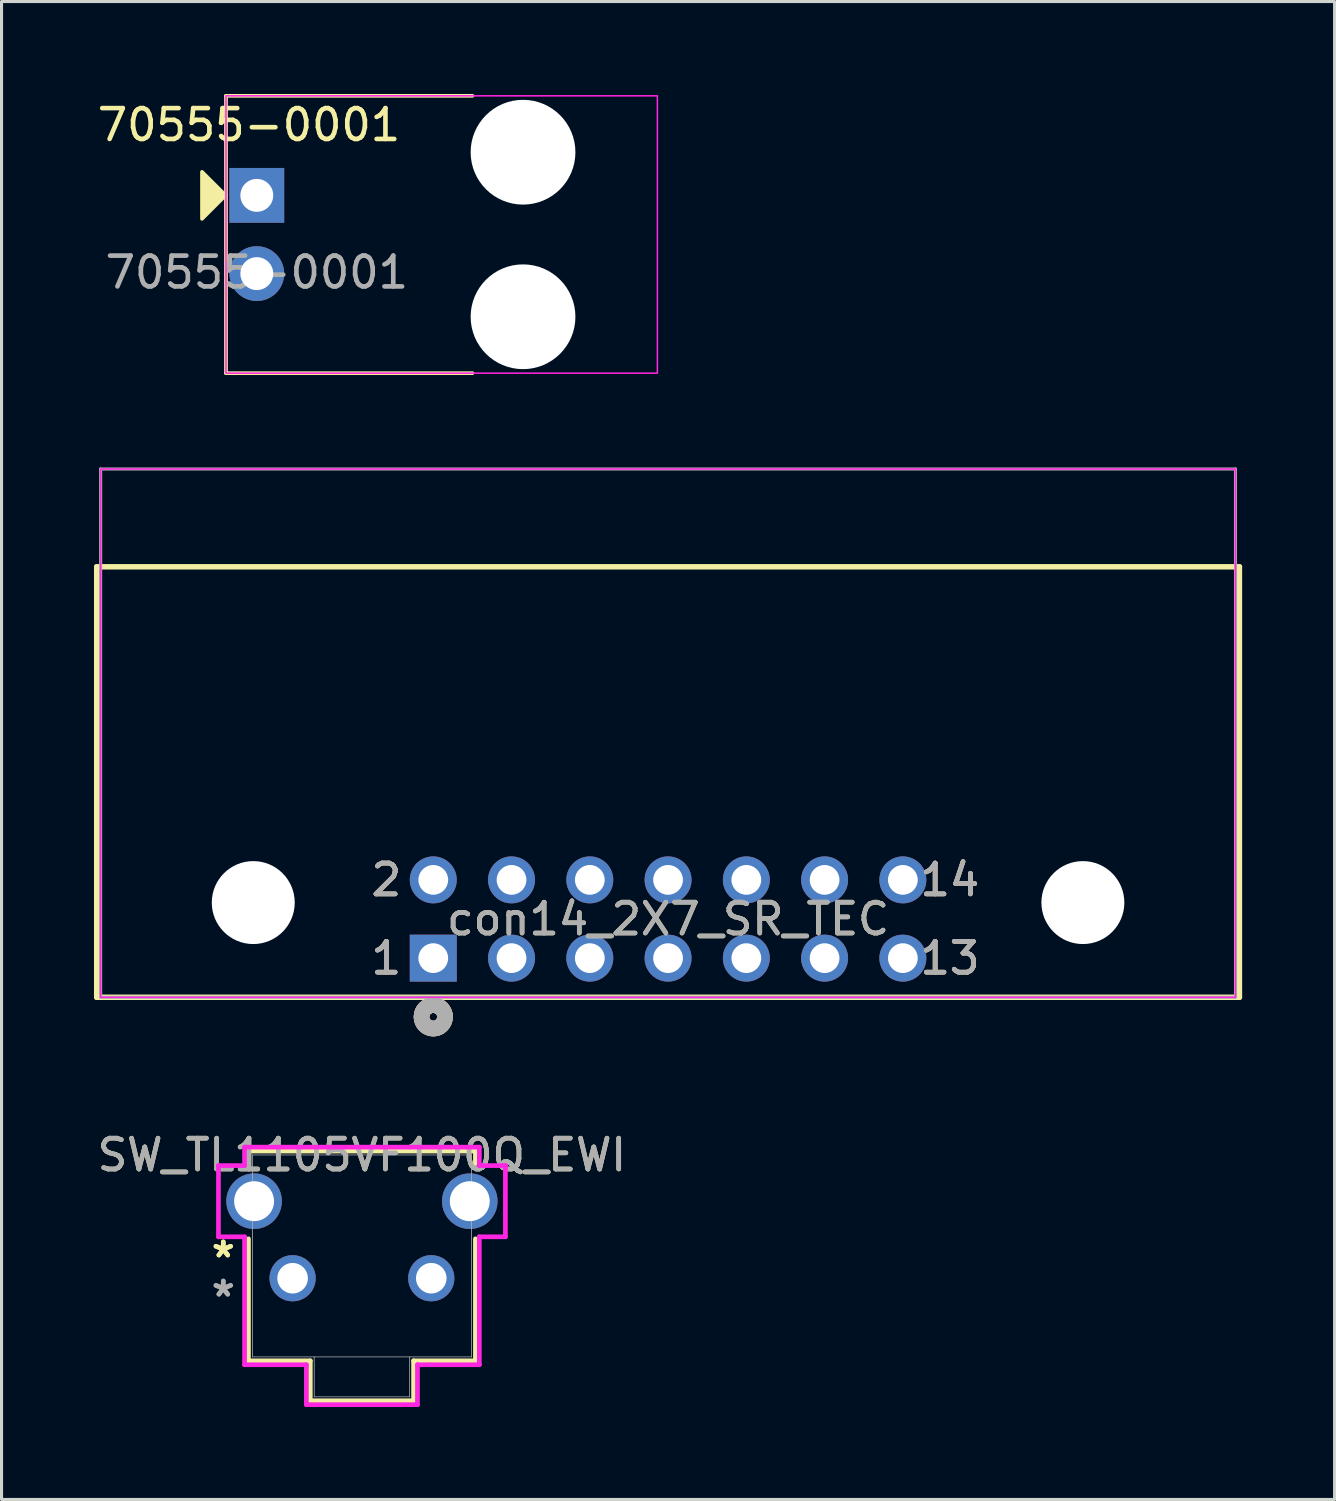
<source format=kicad_pcb>
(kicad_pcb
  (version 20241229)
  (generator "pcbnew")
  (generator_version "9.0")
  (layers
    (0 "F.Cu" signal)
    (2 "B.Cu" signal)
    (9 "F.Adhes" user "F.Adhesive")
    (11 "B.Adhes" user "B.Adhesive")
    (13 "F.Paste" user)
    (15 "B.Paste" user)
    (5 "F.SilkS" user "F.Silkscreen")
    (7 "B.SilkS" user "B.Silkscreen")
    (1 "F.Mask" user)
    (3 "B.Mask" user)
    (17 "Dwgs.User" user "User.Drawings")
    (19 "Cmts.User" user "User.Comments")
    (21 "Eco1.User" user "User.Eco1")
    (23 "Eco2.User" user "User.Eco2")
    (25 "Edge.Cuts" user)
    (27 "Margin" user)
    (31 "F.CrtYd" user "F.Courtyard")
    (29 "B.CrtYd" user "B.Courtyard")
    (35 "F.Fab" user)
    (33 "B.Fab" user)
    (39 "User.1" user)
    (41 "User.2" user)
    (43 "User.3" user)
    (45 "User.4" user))
  (footprint "SW_TL1105VF100Q_EWI"
    (layer "F.Cu")
    (at 6.446 38.433)
    (property "Reference" "SW_TL1105VF100Q_EWI" (at 2.25 -4 0) (unlocked yes) (layer "F.SilkS") (effects (font (size 1 1) (thickness 0.15))))
    (attr through_hole)
    (fp_line (start -1.433 -4.127) (end -1.433 -3.721) (stroke (width 0.152) (type solid)) (layer "F.SilkS"))
    (fp_line (start -1.433 -1.279) (end -1.433 2.68) (stroke (width 0.152) (type solid)) (layer "F.SilkS"))
    (fp_line (start -1.433 2.68) (end 0.574 2.68) (stroke (width 0.152) (type solid)) (layer "F.SilkS"))
    (fp_line (start 0.574 2.68) (end 0.574 3.976) (stroke (width 0.152) (type solid)) (layer "F.SilkS"))
    (fp_line (start 0.574 3.976) (end 3.926 3.976) (stroke (width 0.152) (type solid)) (layer "F.SilkS"))
    (fp_line (start 3.926 2.68) (end 5.933 2.68) (stroke (width 0.152) (type solid)) (layer "F.SilkS"))
    (fp_line (start 3.926 3.976) (end 3.926 2.68) (stroke (width 0.152) (type solid)) (layer "F.SilkS"))
    (fp_line (start 5.933 -4.127) (end -1.433 -4.127) (stroke (width 0.152) (type solid)) (layer "F.SilkS"))
    (fp_line (start 5.933 -3.721) (end 5.933 -4.127) (stroke (width 0.152) (type solid)) (layer "F.SilkS"))
    (fp_line (start 5.933 2.68) (end 5.933 -1.279) (stroke (width 0.152) (type solid)) (layer "F.SilkS"))
    (fp_line (start -2.406 -3.656) (end -2.406 -1.344) (stroke (width 0.152) (type solid)) (layer "F.CrtYd"))
    (fp_line (start -2.406 -1.344) (end -1.56 -1.344) (stroke (width 0.152) (type solid)) (layer "F.CrtYd"))
    (fp_line (start -1.56 -4.254) (end -1.56 -3.656) (stroke (width 0.152) (type solid)) (layer "F.CrtYd"))
    (fp_line (start -1.56 -3.656) (end -2.406 -3.656) (stroke (width 0.152) (type solid)) (layer "F.CrtYd"))
    (fp_line (start -1.56 -1.344) (end -1.56 2.807) (stroke (width 0.152) (type solid)) (layer "F.CrtYd"))
    (fp_line (start -1.56 2.807) (end 0.447 2.807) (stroke (width 0.152) (type solid)) (layer "F.CrtYd"))
    (fp_line (start 0.447 2.807) (end 0.447 4.103) (stroke (width 0.152) (type solid)) (layer "F.CrtYd"))
    (fp_line (start 0.447 4.103) (end 4.053 4.103) (stroke (width 0.152) (type solid)) (layer "F.CrtYd"))
    (fp_line (start 4.053 2.807) (end 6.06 2.807) (stroke (width 0.152) (type solid)) (layer "F.CrtYd"))
    (fp_line (start 4.053 4.103) (end 4.053 2.807) (stroke (width 0.152) (type solid)) (layer "F.CrtYd"))
    (fp_line (start 6.06 -4.254) (end -1.56 -4.254) (stroke (width 0.152) (type solid)) (layer "F.CrtYd"))
    (fp_line (start 6.06 -3.656) (end 6.06 -4.254) (stroke (width 0.152) (type solid)) (layer "F.CrtYd"))
    (fp_line (start 6.06 -1.344) (end 6.906 -1.344) (stroke (width 0.152) (type solid)) (layer "F.CrtYd"))
    (fp_line (start 6.06 2.807) (end 6.06 -1.344) (stroke (width 0.152) (type solid)) (layer "F.CrtYd"))
    (fp_line (start 6.906 -3.656) (end 6.06 -3.656) (stroke (width 0.152) (type solid)) (layer "F.CrtYd"))
    (fp_line (start 6.906 -1.344) (end 6.906 -3.656) (stroke (width 0.152) (type solid)) (layer "F.CrtYd"))
    (fp_line (start -1.306 -4) (end 5.806 -4) (stroke (width 0.025) (type solid)) (layer "F.Fab"))
    (fp_line (start -1.306 2.553) (end -1.306 -4) (stroke (width 0.025) (type solid)) (layer "F.Fab"))
    (fp_line (start 0.701 2.553) (end 0.701 3.849) (stroke (width 0.025) (type solid)) (layer "F.Fab"))
    (fp_line (start 0.701 3.849) (end 3.799 3.849) (stroke (width 0.025) (type solid)) (layer "F.Fab"))
    (fp_line (start 3.799 2.553) (end 3.799 3.849) (stroke (width 0.025) (type solid)) (layer "F.Fab"))
    (fp_line (start 5.806 -4) (end 5.806 2.553) (stroke (width 0.025) (type solid)) (layer "F.Fab"))
    (fp_line (start 5.806 2.553) (end -1.306 2.553) (stroke (width 0.025) (type solid)) (layer "F.Fab"))
    (fp_text user "*" (at -2.25 -0.635 0) (unlocked yes) (layer "F.SilkS") (effects (font (size 1 1) (thickness 0.15))))
    (fp_text user "*" (at -2.25 -0.635 0) (layer "F.SilkS") (effects (font (size 1 1) (thickness 0.15))))
    (fp_text user "${REFERENCE}" (at 2.25 -4 0) (unlocked yes) (layer "F.Fab") (effects (font (size 1 1) (thickness 0.15))))
    (fp_text user "*" (at -2.25 0.635 0) (layer "F.Fab") (effects (font (size 1 1) (thickness 0.15))))
    (fp_text user "*" (at -2.25 0.635 0) (unlocked yes) (layer "F.Fab") (effects (font (size 1 1) (thickness 0.15))))
    (pad "1" thru_hole circle (at 0 0) (size 1.499 1.499) (drill 0.991) (layers "*.Cu" "*.Mask"))
    (pad "2" thru_hole circle (at 4.5 0) (size 1.499 1.499) (drill 0.991) (layers "*.Cu" "*.Mask"))
    (pad "3" thru_hole circle (at -1.25 -2.5) (size 1.803 1.803) (drill 1.295) (layers "*.Cu" "*.Mask"))
    (pad "4" thru_hole circle (at 5.75 -2.5) (size 1.803 1.803) (drill 1.295) (layers "*.Cu" "*.Mask")))
  (footprint "70555-0001"
    (layer "F.Cu")
    (at 5.284 4.56)
    (property "Reference" "70555-0001" (at -0.254 -3.556 0) (unlocked yes) (layer "F.SilkS") (effects (font (size 1 1) (thickness 0.15))))
    (attr through_hole)
    (fp_line (start -1 -4.5) (end -1 4.5) (stroke (width 0.12) (type solid)) (layer "F.SilkS"))
    (fp_line (start -1 4.5) (end 7 4.5) (stroke (width 0.12) (type solid)) (layer "F.SilkS"))
    (fp_line (start 7 -4.5) (end -1 -4.5) (stroke (width 0.12) (type solid)) (layer "F.SilkS"))
    (fp_poly (pts (xy -1.016 -1.27) (xy -1.778 -0.508) (xy -1.778 -2.032)) (stroke (width 0.12) (type solid)) (fill yes) (layer "F.SilkS"))
    (fp_rect (start 13 -4.5) (end -1 4.5) (stroke (width 0.05) (type solid)) (fill no) (layer "F.CrtYd"))
    (fp_text user "${REFERENCE}" (at 0 1.23 0) (unlocked yes) (layer "F.Fab") (effects (font (size 1 1) (thickness 0.15))))
    (pad "" np_thru_hole circle (at 8.64 -2.67) (size 3.4 3.4) (drill 3.4) (layers "*.Cu" "*.Mask"))
    (pad "" np_thru_hole circle (at 8.64 2.67) (size 3.4 3.4) (drill 3.4) (layers "*.Cu" "*.Mask"))
    (pad "1" thru_hole rect (at 0 -1.27) (size 1.778 1.778) (drill 1.067) (layers "*.Cu" "*.Mask"))
    (pad "2" thru_hole circle (at 0 1.27) (size 1.778 1.778) (drill 1.067) (layers "*.Cu" "*.Mask")))
  (footprint "con14_2X7_SR_TEC"
    (layer "F.Cu")
    (at 11.011 28.045)
    (property "Reference" "con14_2X7_SR_TEC" (at 7.62 -1.27 0) (unlocked yes) (layer "F.SilkS") (effects (font (size 1 1) (thickness 0.15))))
    (attr through_hole)
    (fp_line (start -10.922 -12.7) (end 26.162 -12.7) (stroke (width 0.178) (type default)) (layer "F.SilkS"))
    (fp_line (start -10.922 1.27) (end -10.922 -12.7) (stroke (width 0.178) (type default)) (layer "F.SilkS"))
    (fp_line (start -10.922 1.27) (end 26.162 1.27) (stroke (width 0.178) (type default)) (layer "F.SilkS"))
    (fp_line (start 26.162 1.27) (end 26.162 -12.7) (stroke (width 0.178) (type default)) (layer "F.SilkS"))
    (fp_circle (center 0 1.905) (end 0.381 1.905) (stroke (width 0.508) (type solid)) (fill no) (layer "F.SilkS"))
    (fp_circle (center 0 1.905) (end 0.381 1.905) (stroke (width 0.508) (type solid)) (fill no) (layer "B.SilkS"))
    (fp_rect (start -10.795 -15.875) (end 26.035 1.27) (stroke (width 0.05) (type default)) (fill no) (layer "F.CrtYd"))
    (fp_line (start -10.795 1.27) (end 26.035 1.27) (stroke (width 0.1) (type default)) (layer "F.Fab"))
    (fp_line (start 26.035 -15.875) (end -10.795 -15.875) (stroke (width 0.1) (type default)) (layer "F.Fab"))
    (fp_rect (start -10.795 -15.875) (end -10.795 1.27) (stroke (width 0.1) (type default)) (fill no) (layer "F.Fab"))
    (fp_rect (start 26.035 1.27) (end 26.035 -15.875) (stroke (width 0.1) (type default)) (fill no) (layer "F.Fab"))
    (fp_circle (center 0 1.905) (end 0.381 1.905) (stroke (width 0.508) (type solid)) (fill no) (layer "F.Fab"))
    (fp_text user "13" (at 16.764 0 0) (unlocked yes) (layer "F.SilkS") (effects (font (size 1 1) (thickness 0.15))))
    (fp_text user "14" (at 16.764 -2.54 0) (unlocked yes) (layer "F.SilkS") (effects (font (size 1 1) (thickness 0.15))))
    (fp_text user "2" (at -1.524 -2.54 0) (unlocked yes) (layer "F.SilkS") (effects (font (size 1 1) (thickness 0.15))))
    (fp_text user "1" (at -1.524 0 0) (unlocked yes) (layer "F.SilkS") (effects (font (size 1 1) (thickness 0.15))))
    (fp_text user "13" (at 16.764 0 0) (unlocked yes) (layer "B.SilkS") (effects (font (size 1 1) (thickness 0.15))))
    (fp_text user "14" (at 16.764 -2.54 0) (unlocked yes) (layer "B.SilkS") (effects (font (size 1 1) (thickness 0.15))))
    (fp_text user "2" (at -1.524 -2.54 0) (unlocked yes) (layer "B.SilkS") (effects (font (size 1 1) (thickness 0.15))))
    (fp_text user "1" (at -1.524 0 0) (unlocked yes) (layer "B.SilkS") (effects (font (size 1 1) (thickness 0.15))))
    (fp_text user "14" (at 16.764 -2.54 0) (unlocked yes) (layer "F.Fab") (effects (font (size 1 1) (thickness 0.15))))
    (fp_text user "1" (at -1.524 0 0) (unlocked yes) (layer "F.Fab") (effects (font (size 1 1) (thickness 0.15))))
    (fp_text user "2" (at -1.524 -2.54 0) (unlocked yes) (layer "F.Fab") (effects (font (size 1 1) (thickness 0.15))))
    (fp_text user "${REFERENCE}" (at 7.62 -1.27 0) (unlocked yes) (layer "F.Fab") (effects (font (size 1 1) (thickness 0.15))))
    (fp_text user "13" (at 16.764 0 0) (unlocked yes) (layer "F.Fab") (effects (font (size 1 1) (thickness 0.15))))
    (pad "" np_thru_hole circle (at -5.842 -1.803) (size 2.692 2.692) (drill 2.692) (layers "*.Cu" "*.Mask"))
    (pad "" np_thru_hole circle (at 21.082 -1.803) (size 2.692 2.692) (drill 2.692) (layers "*.Cu" "*.Mask"))
    (pad "1" thru_hole rect (at 0 0) (size 1.524 1.524) (drill 0.965) (layers "*.Cu" "*.Mask"))
    (pad "2" thru_hole circle (at 0 -2.54) (size 1.524 1.524) (drill 0.965) (layers "*.Cu" "*.Mask"))
    (pad "3" thru_hole circle (at 2.54 0) (size 1.524 1.524) (drill 0.965) (layers "*.Cu" "*.Mask"))
    (pad "4" thru_hole circle (at 2.54 -2.54) (size 1.524 1.524) (drill 0.965) (layers "*.Cu" "*.Mask"))
    (pad "5" thru_hole circle (at 5.08 0) (size 1.524 1.524) (drill 0.965) (layers "*.Cu" "*.Mask"))
    (pad "6" thru_hole circle (at 5.08 -2.54) (size 1.524 1.524) (drill 0.965) (layers "*.Cu" "*.Mask"))
    (pad "7" thru_hole circle (at 7.62 0) (size 1.524 1.524) (drill 0.965) (layers "*.Cu" "*.Mask"))
    (pad "8" thru_hole circle (at 7.62 -2.54) (size 1.524 1.524) (drill 0.965) (layers "*.Cu" "*.Mask"))
    (pad "9" thru_hole circle (at 10.16 0) (size 1.524 1.524) (drill 0.965) (layers "*.Cu" "*.Mask"))
    (pad "10" thru_hole circle (at 10.16 -2.54) (size 1.524 1.524) (drill 0.965) (layers "*.Cu" "*.Mask"))
    (pad "11" thru_hole circle (at 12.7 0) (size 1.524 1.524) (drill 0.965) (layers "*.Cu" "*.Mask"))
    (pad "12" thru_hole circle (at 12.7 -2.54) (size 1.524 1.524) (drill 0.965) (layers "*.Cu" "*.Mask"))
    (pad "13" thru_hole circle (at 15.24 0) (size 1.524 1.524) (drill 0.965) (layers "*.Cu" "*.Mask"))
    (pad "14" thru_hole circle (at 15.24 -2.54) (size 1.524 1.524) (drill 0.965) (layers "*.Cu" "*.Mask")))
  (gr_rect
    (start -3 -3)
    (end 40.262 45.612)
    (stroke (width 0.1) (type default))
    (fill no)
    (layer "Edge.Cuts")))
</source>
